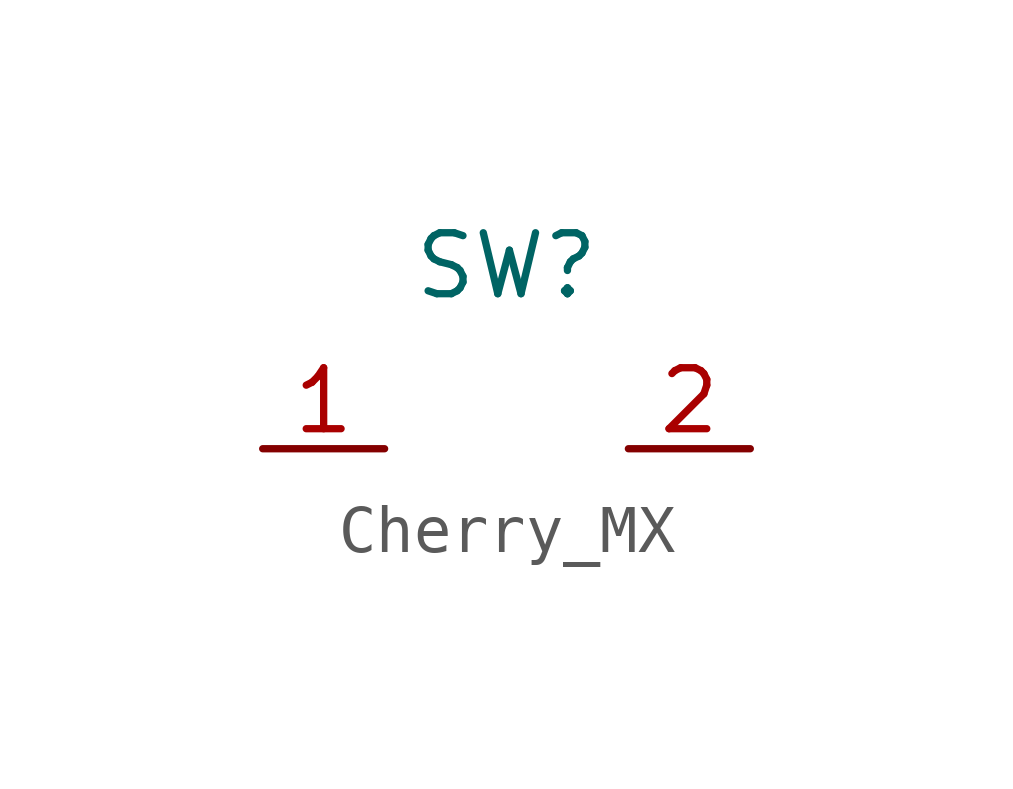
<source format=kicad_sym>
(kicad_symbol_lib
  (version 20220914)
  (generator kicad_symbol_editor)
  (symbol "Cherry_MX"
    (property "Reference" "SW"
      (at 0 0 0)
      (effects (font (size 1.27 1.27))))
    (property "Value" ""
      (at 0 0 0)
      (effects (font (size 1.27 1.27))))
    (symbol "Cherry_MX_1_1"
      (pin passive line (at -5.08 -3.81 0) (length 2.54) (name "" (effects (font (size 1.27 1.27)))) (number "1" (effects (font (size 1.27 1.27)))))
      (pin passive line (at 5.08 -3.81 180) (length 2.54) (name "" (effects (font (size 1.27 1.27)))) (number "2" (effects (font (size 1.27 1.27))))))))
</source>
